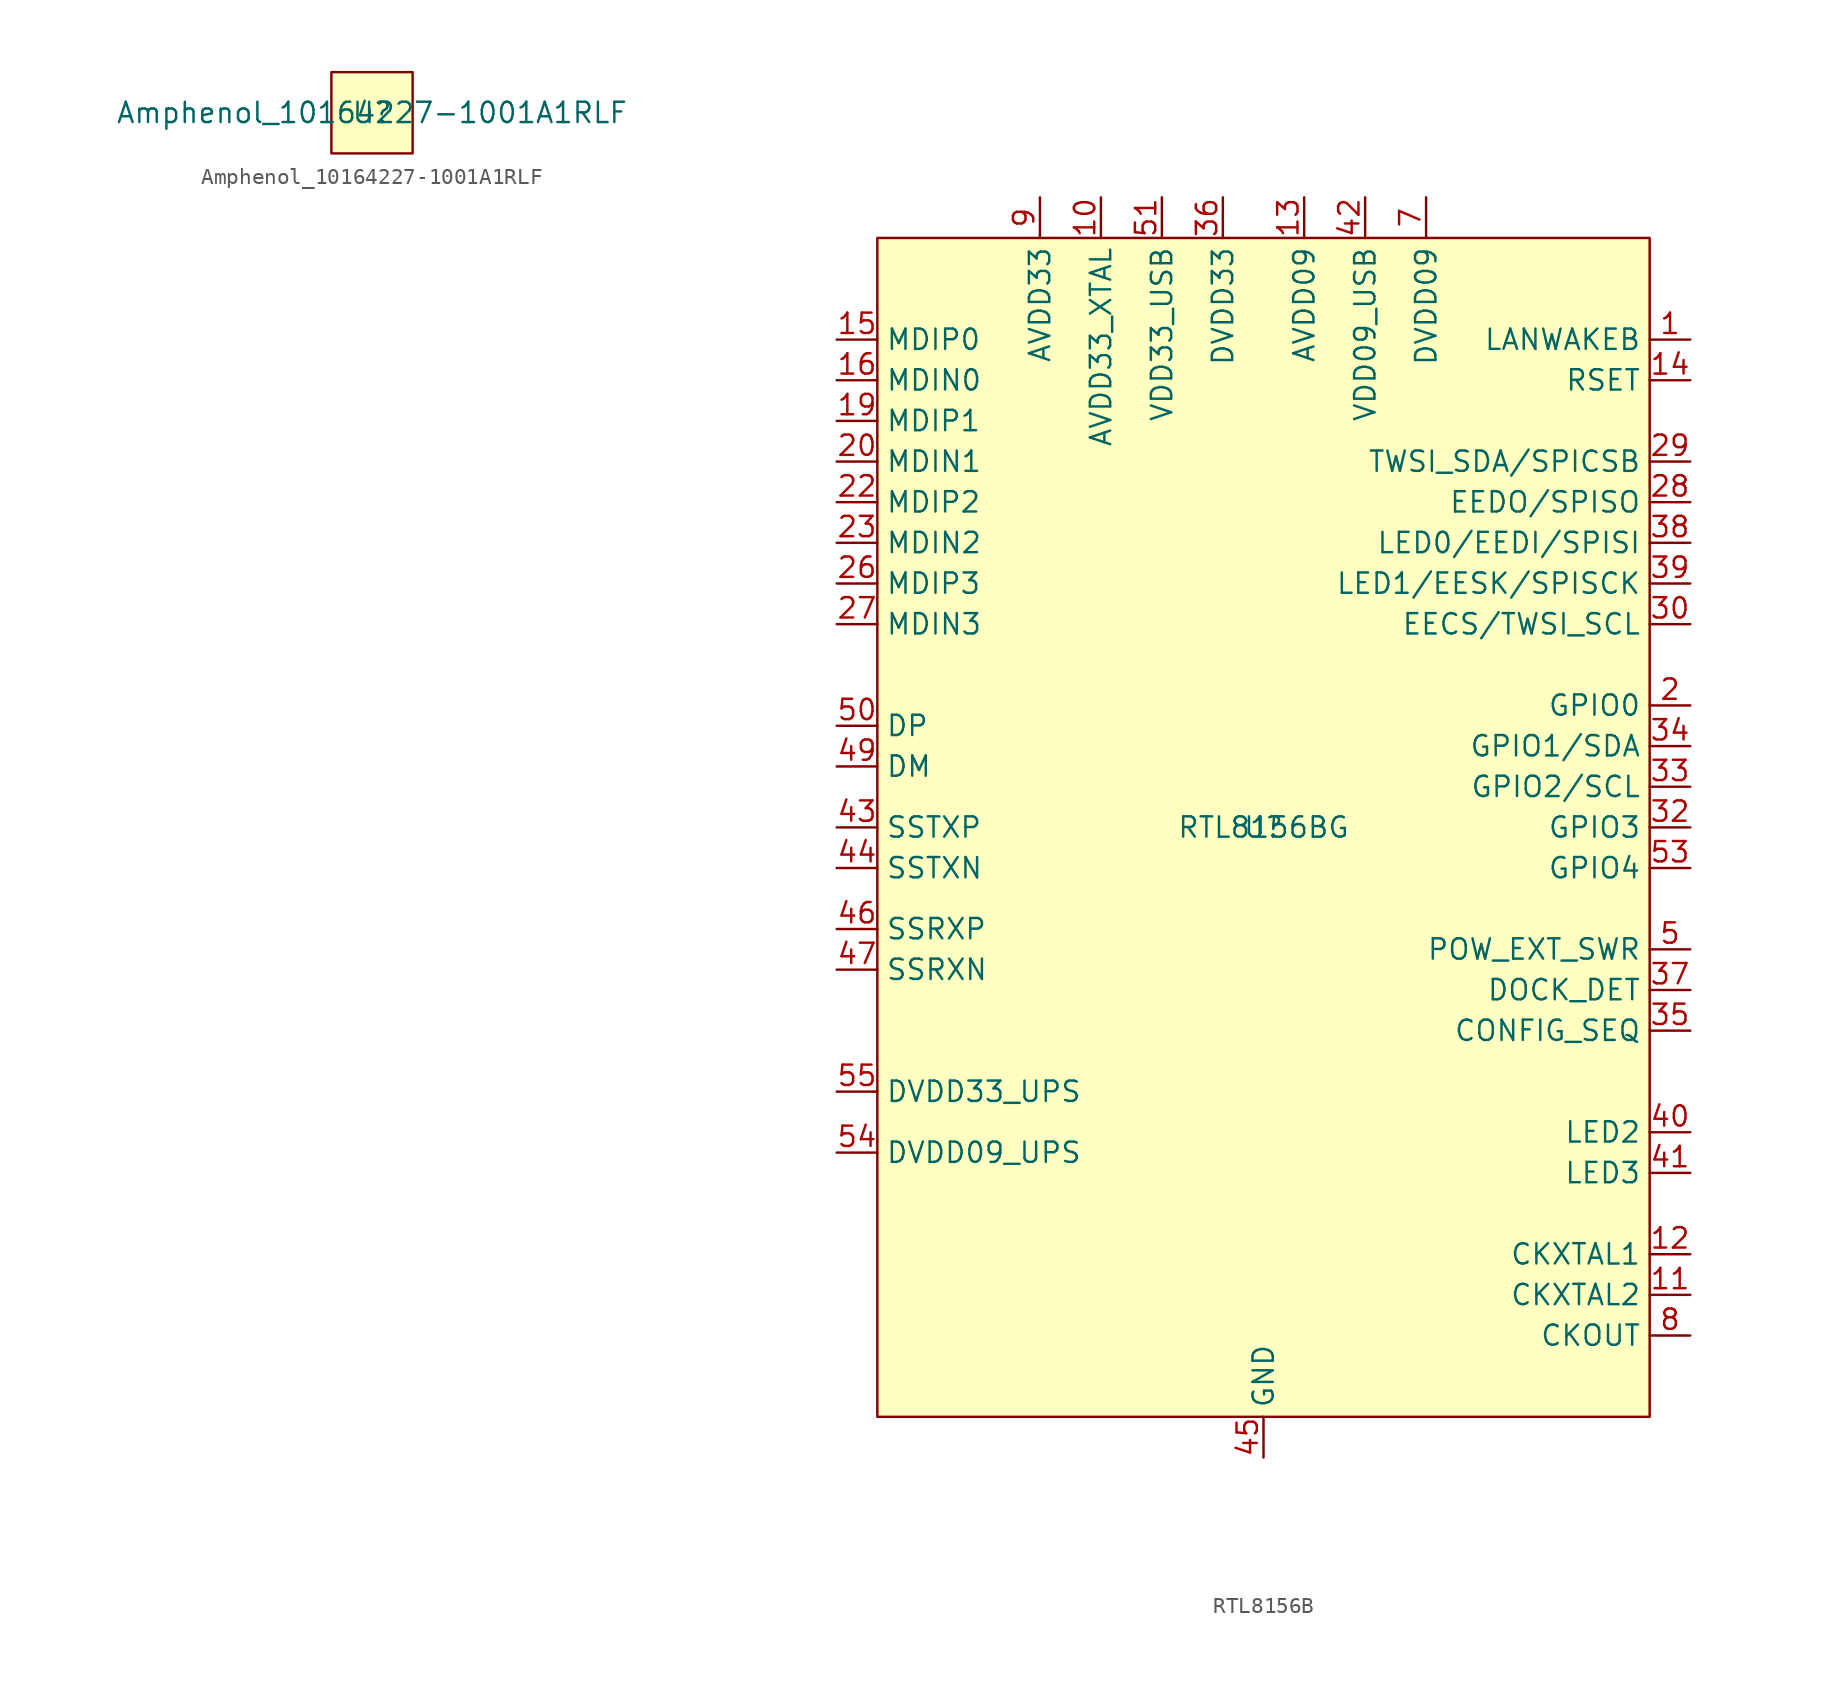
<source format=kicad_sym>
(kicad_symbol_lib
  (version 20241209)
  (generator "kicad_symbol_editor")
  (generator_version "9.0")
  (symbol "Amphenol_10164227-1001A1RLF"
    (property "Reference" "U"
      (at 0 0 0)
      (effects (font (size 1.27 1.27))))
    (property "Value" "Amphenol_10164227-1001A1RLF"
      (at 0 0 0)
      (effects (font (size 1.27 1.27))))
    (symbol "Amphenol_10164227-1001A1RLF_1_1"
      (rectangle (start -2.54 2.54) (end 2.54 -2.54) (stroke (width 0) (type solid)) (fill (type background)))))
  (symbol "RTL8156B"
    (property "Reference" "U"
      (at 0 0 0)
      (effects (font (size 1.27 1.27))))
    (property "Value" "RTL8156BG"
      (at 0 0 0)
      (effects (font (size 1.27 1.27))))
    (symbol "RTL8156B_1_1"
      (rectangle (start -24.13 36.83) (end 24.13 -36.83) (stroke (width 0) (type solid)) (fill (type background)))
      (pin bidirectional line (at -26.67 30.48 0) (length 2.54) (name "MDIP0" (effects (font (size 1.27 1.27)))) (number "15" (effects (font (size 1.27 1.27)))))
      (pin bidirectional line (at -26.67 27.94 0) (length 2.54) (name "MDIN0" (effects (font (size 1.27 1.27)))) (number "16" (effects (font (size 1.27 1.27)))))
      (pin bidirectional line (at -26.67 25.4 0) (length 2.54) (name "MDIP1" (effects (font (size 1.27 1.27)))) (number "19" (effects (font (size 1.27 1.27)))))
      (pin bidirectional line (at -26.67 22.86 0) (length 2.54) (name "MDIN1" (effects (font (size 1.27 1.27)))) (number "20" (effects (font (size 1.27 1.27)))))
      (pin bidirectional line (at -26.67 20.32 0) (length 2.54) (name "MDIP2" (effects (font (size 1.27 1.27)))) (number "22" (effects (font (size 1.27 1.27)))))
      (pin bidirectional line (at -26.67 17.78 0) (length 2.54) (name "MDIN2" (effects (font (size 1.27 1.27)))) (number "23" (effects (font (size 1.27 1.27)))))
      (pin bidirectional line (at -26.67 15.24 0) (length 2.54) (name "MDIP3" (effects (font (size 1.27 1.27)))) (number "26" (effects (font (size 1.27 1.27)))))
      (pin bidirectional line (at -26.67 12.7 0) (length 2.54) (name "MDIN3" (effects (font (size 1.27 1.27)))) (number "27" (effects (font (size 1.27 1.27)))))
      (pin bidirectional line (at -26.67 6.35 0) (length 2.54) (name "DP" (effects (font (size 1.27 1.27)))) (number "50" (effects (font (size 1.27 1.27)))))
      (pin bidirectional line (at -26.67 3.81 0) (length 2.54) (name "DM" (effects (font (size 1.27 1.27)))) (number "49" (effects (font (size 1.27 1.27)))))
      (pin output line (at -26.67 0 0) (length 2.54) (name "SSTXP" (effects (font (size 1.27 1.27)))) (number "43" (effects (font (size 1.27 1.27)))))
      (pin output line (at -26.67 -2.54 0) (length 2.54) (name "SSTXN" (effects (font (size 1.27 1.27)))) (number "44" (effects (font (size 1.27 1.27)))))
      (pin output line (at -26.67 -6.35 0) (length 2.54) (name "SSRXP" (effects (font (size 1.27 1.27)))) (number "46" (effects (font (size 1.27 1.27)))))
      (pin output line (at -26.67 -8.89 0) (length 2.54) (name "SSRXN" (effects (font (size 1.27 1.27)))) (number "47" (effects (font (size 1.27 1.27)))))
      (pin input line (at -26.67 -16.51 0) (length 2.54) (name "DVDD33_UPS" (effects (font (size 1.27 1.27)))) (number "55" (effects (font (size 1.27 1.27)))))
      (pin output line (at -26.67 -20.32 0) (length 2.54) (name "DVDD09_UPS" (effects (font (size 1.27 1.27)))) (number "54" (effects (font (size 1.27 1.27)))))
      (pin no_connect line (at -26.67 -26.67 0) (length 2.54) (hide yes) (name "NC" (effects (font (size 1.27 1.27)))) (number "3" (effects (font (size 1.27 1.27)))))
      (pin no_connect line (at -26.67 -26.67 0) (length 2.54) (hide yes) (name "NC" (effects (font (size 1.27 1.27)))) (number "4" (effects (font (size 1.27 1.27)))))
      (pin no_connect line (at -26.67 -26.67 0) (length 2.54) (hide yes) (name "NC" (effects (font (size 1.27 1.27)))) (number "6" (effects (font (size 1.27 1.27)))))
      (pin input line (at -13.97 39.37 270) (length 2.54) (hide yes) (name "AVDD33" (effects (font (size 1.27 1.27)))) (number "17" (effects (font (size 1.27 1.27)))))
      (pin input line (at -13.97 39.37 270) (length 2.54) (hide yes) (name "AVDD33" (effects (font (size 1.27 1.27)))) (number "21" (effects (font (size 1.27 1.27)))))
      (pin input line (at -13.97 39.37 270) (length 2.54) (hide yes) (name "AVDD33" (effects (font (size 1.27 1.27)))) (number "25" (effects (font (size 1.27 1.27)))))
      (pin input line (at -13.97 39.37 270) (length 2.54) (name "AVDD33" (effects (font (size 1.27 1.27)))) (number "9" (effects (font (size 1.27 1.27)))))
      (pin input line (at -10.16 39.37 270) (length 2.54) (name "AVDD33_XTAL" (effects (font (size 1.27 1.27)))) (number "10" (effects (font (size 1.27 1.27)))))
      (pin input line (at -6.35 39.37 270) (length 2.54) (name "VDD33_USB" (effects (font (size 1.27 1.27)))) (number "51" (effects (font (size 1.27 1.27)))))
      (pin input line (at -2.54 39.37 270) (length 2.54) (name "DVDD33" (effects (font (size 1.27 1.27)))) (number "36" (effects (font (size 1.27 1.27)))))
      (pin input line (at 0 -39.37 90) (length 2.54) (name "GND" (effects (font (size 1.27 1.27)))) (number "45" (effects (font (size 1.27 1.27)))))
      (pin input line (at 0 -39.37 90) (length 2.54) (hide yes) (name "GND" (effects (font (size 1.27 1.27)))) (number "48" (effects (font (size 1.27 1.27)))))
      (pin input line (at 0 -39.37 90) (length 2.54) (hide yes) (name "GND" (effects (font (size 1.27 1.27)))) (number "57" (effects (font (size 1.27 1.27)))))
      (pin input line (at 2.54 39.37 270) (length 2.54) (name "AVDD09" (effects (font (size 1.27 1.27)))) (number "13" (effects (font (size 1.27 1.27)))))
      (pin input line (at 2.54 39.37 270) (length 2.54) (hide yes) (name "AVDD09" (effects (font (size 1.27 1.27)))) (number "18" (effects (font (size 1.27 1.27)))))
      (pin input line (at 2.54 39.37 270) (length 2.54) (hide yes) (name "AVDD09" (effects (font (size 1.27 1.27)))) (number "24" (effects (font (size 1.27 1.27)))))
      (pin input line (at 6.35 39.37 270) (length 2.54) (name "VDD09_USB" (effects (font (size 1.27 1.27)))) (number "42" (effects (font (size 1.27 1.27)))))
      (pin input line (at 6.35 39.37 270) (length 2.54) (hide yes) (name "VDD09_USB" (effects (font (size 1.27 1.27)))) (number "52" (effects (font (size 1.27 1.27)))))
      (pin input line (at 10.16 39.37 270) (length 2.54) (hide yes) (name "DVDD09" (effects (font (size 1.27 1.27)))) (number "31" (effects (font (size 1.27 1.27)))))
      (pin input line (at 10.16 39.37 270) (length 2.54) (hide yes) (name "DVDD09" (effects (font (size 1.27 1.27)))) (number "56" (effects (font (size 1.27 1.27)))))
      (pin input line (at 10.16 39.37 270) (length 2.54) (name "DVDD09" (effects (font (size 1.27 1.27)))) (number "7" (effects (font (size 1.27 1.27)))))
      (pin open_collector line (at 26.67 30.48 180) (length 2.54) (name "LANWAKEB" (effects (font (size 1.27 1.27)))) (number "1" (effects (font (size 1.27 1.27)))))
      (pin input line (at 26.67 27.94 180) (length 2.54) (name "RSET" (effects (font (size 1.27 1.27)))) (number "14" (effects (font (size 1.27 1.27)))))
      (pin bidirectional line (at 26.67 22.86 180) (length 2.54) (name "TWSI_SDA/SPICSB" (effects (font (size 1.27 1.27)))) (number "29" (effects (font (size 1.27 1.27)))))
      (pin bidirectional line (at 26.67 20.32 180) (length 2.54) (name "EEDO/SPISO" (effects (font (size 1.27 1.27)))) (number "28" (effects (font (size 1.27 1.27)))))
      (pin bidirectional line (at 26.67 17.78 180) (length 2.54) (name "LED0/EEDI/SPISI" (effects (font (size 1.27 1.27)))) (number "38" (effects (font (size 1.27 1.27)))))
      (pin bidirectional line (at 26.67 15.24 180) (length 2.54) (name "LED1/EESK/SPISCK" (effects (font (size 1.27 1.27)))) (number "39" (effects (font (size 1.27 1.27)))))
      (pin bidirectional line (at 26.67 12.7 180) (length 2.54) (name "EECS/TWSI_SCL" (effects (font (size 1.27 1.27)))) (number "30" (effects (font (size 1.27 1.27)))))
      (pin bidirectional line (at 26.67 7.62 180) (length 2.54) (name "GPIO0" (effects (font (size 1.27 1.27)))) (number "2" (effects (font (size 1.27 1.27)))))
      (pin bidirectional line (at 26.67 5.08 180) (length 2.54) (name "GPIO1/SDA" (effects (font (size 1.27 1.27)))) (number "34" (effects (font (size 1.27 1.27)))))
      (pin bidirectional line (at 26.67 2.54 180) (length 2.54) (name "GPIO2/SCL" (effects (font (size 1.27 1.27)))) (number "33" (effects (font (size 1.27 1.27)))))
      (pin bidirectional line (at 26.67 0 180) (length 2.54) (name "GPIO3" (effects (font (size 1.27 1.27)))) (number "32" (effects (font (size 1.27 1.27)))))
      (pin bidirectional line (at 26.67 -2.54 180) (length 2.54) (name "GPIO4" (effects (font (size 1.27 1.27)))) (number "53" (effects (font (size 1.27 1.27)))))
      (pin output line (at 26.67 -7.62 180) (length 2.54) (name "POW_EXT_SWR" (effects (font (size 1.27 1.27)))) (number "5" (effects (font (size 1.27 1.27)))))
      (pin input line (at 26.67 -10.16 180) (length 2.54) (name "DOCK_DET" (effects (font (size 1.27 1.27)))) (number "37" (effects (font (size 1.27 1.27)))))
      (pin input line (at 26.67 -12.7 180) (length 2.54) (name "CONFIG_SEQ" (effects (font (size 1.27 1.27)))) (number "35" (effects (font (size 1.27 1.27)))))
      (pin output line (at 26.67 -19.05 180) (length 2.54) (name "LED2" (effects (font (size 1.27 1.27)))) (number "40" (effects (font (size 1.27 1.27)))))
      (pin output line (at 26.67 -21.59 180) (length 2.54) (name "LED3" (effects (font (size 1.27 1.27)))) (number "41" (effects (font (size 1.27 1.27)))))
      (pin input line (at 26.67 -26.67 180) (length 2.54) (name "CKXTAL1" (effects (font (size 1.27 1.27)))) (number "12" (effects (font (size 1.27 1.27)))))
      (pin input line (at 26.67 -29.21 180) (length 2.54) (name "CKXTAL2" (effects (font (size 1.27 1.27)))) (number "11" (effects (font (size 1.27 1.27)))))
      (pin output line (at 26.67 -31.75 180) (length 2.54) (name "CKOUT" (effects (font (size 1.27 1.27)))) (number "8" (effects (font (size 1.27 1.27))))))))
</source>
